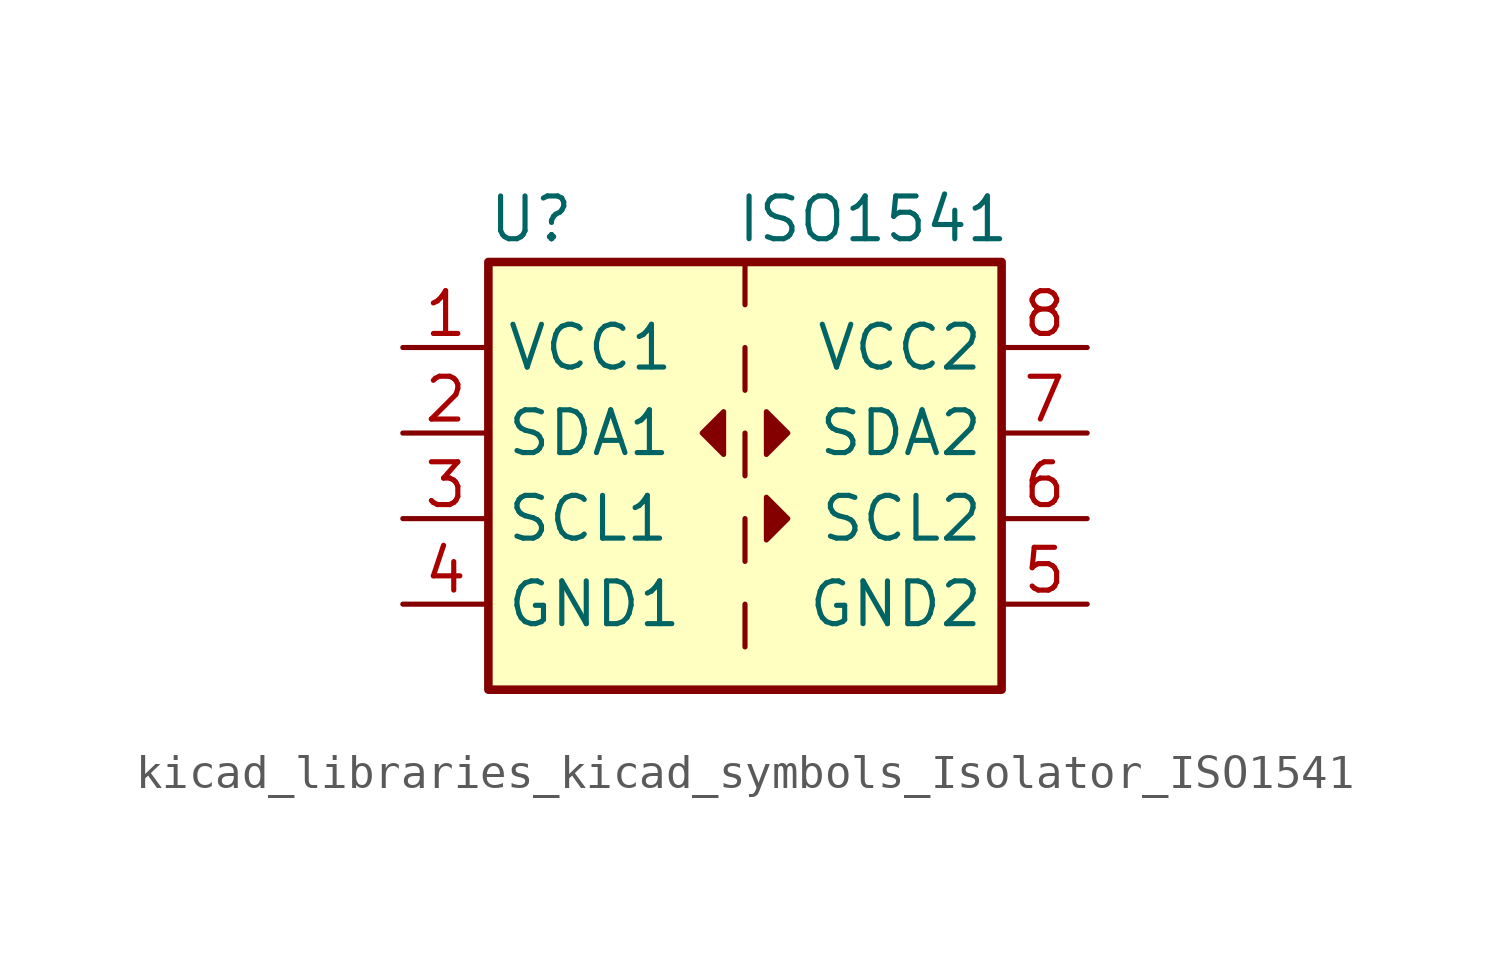
<source format=kicad_sym>
(kicad_symbol_lib
  (version 20220914)
  (generator kicad_symbol_editor)
  (symbol "kicad_libraries_kicad_symbols_Isolator_ISO1541"
    (property "Reference" "U"
      (at -6.35 6.35 0)
      (effects (font (size 1.27 1.27))))
    (property "Value" "ISO1541"
      (at 3.81 6.35 0)
      (effects (font (size 1.27 1.27))))
    (symbol "kicad_libraries_kicad_symbols_Isolator_ISO1541_0_1"
      (rectangle (start -7.62 5.08) (end 7.62 -7.62) (stroke (width 0.254) (type default)) (fill (type background)))
      (rectangle (start 0 -5.08) (end 0 -6.35) (stroke (width 0) (type default)) (fill (type none)))
      (polyline (pts (xy 0 -2.54) (xy 0 -3.81)) (stroke (width 0) (type default)) (fill (type none)))
      (polyline (pts (xy 0 0) (xy 0 -1.27)) (stroke (width 0) (type default)) (fill (type none)))
      (polyline (pts (xy 0 2.54) (xy 0 1.27)) (stroke (width 0) (type default)) (fill (type none)))
      (polyline (pts (xy 0 5.08) (xy 0 3.81)) (stroke (width 0) (type default)) (fill (type none)))
      (polyline (pts (xy -0.635 0.635) (xy -1.27 0) (xy -0.635 -0.635) (xy -0.635 0.635)) (stroke (width 0) (type default)) (fill (type outline)))
      (polyline (pts (xy 0.635 -1.905) (xy 1.27 -2.54) (xy 0.635 -3.175) (xy 0.635 -1.905)) (stroke (width 0) (type default)) (fill (type outline)))
      (polyline (pts (xy 0.635 0.635) (xy 1.27 0) (xy 0.635 -0.635) (xy 0.635 0.635)) (stroke (width 0) (type default)) (fill (type outline))))
    (symbol "kicad_libraries_kicad_symbols_Isolator_ISO1541_1_1"
      (pin power_in line (at -10.16 2.54 0) (length 2.54) (name "VCC1" (effects (font (size 1.27 1.27)))) (number "1" (effects (font (size 1.27 1.27)))))
      (pin bidirectional line (at -10.16 0 0) (length 2.54) (name "SDA1" (effects (font (size 1.27 1.27)))) (number "2" (effects (font (size 1.27 1.27)))))
      (pin input line (at -10.16 -2.54 0) (length 2.54) (name "SCL1" (effects (font (size 1.27 1.27)))) (number "3" (effects (font (size 1.27 1.27)))))
      (pin power_in line (at -10.16 -5.08 0) (length 2.54) (name "GND1" (effects (font (size 1.27 1.27)))) (number "4" (effects (font (size 1.27 1.27)))))
      (pin power_in line (at 10.16 -5.08 180) (length 2.54) (name "GND2" (effects (font (size 1.27 1.27)))) (number "5" (effects (font (size 1.27 1.27)))))
      (pin output line (at 10.16 -2.54 180) (length 2.54) (name "SCL2" (effects (font (size 1.27 1.27)))) (number "6" (effects (font (size 1.27 1.27)))))
      (pin bidirectional line (at 10.16 0 180) (length 2.54) (name "SDA2" (effects (font (size 1.27 1.27)))) (number "7" (effects (font (size 1.27 1.27)))))
      (pin power_in line (at 10.16 2.54 180) (length 2.54) (name "VCC2" (effects (font (size 1.27 1.27)))) (number "8" (effects (font (size 1.27 1.27))))))))
</source>
